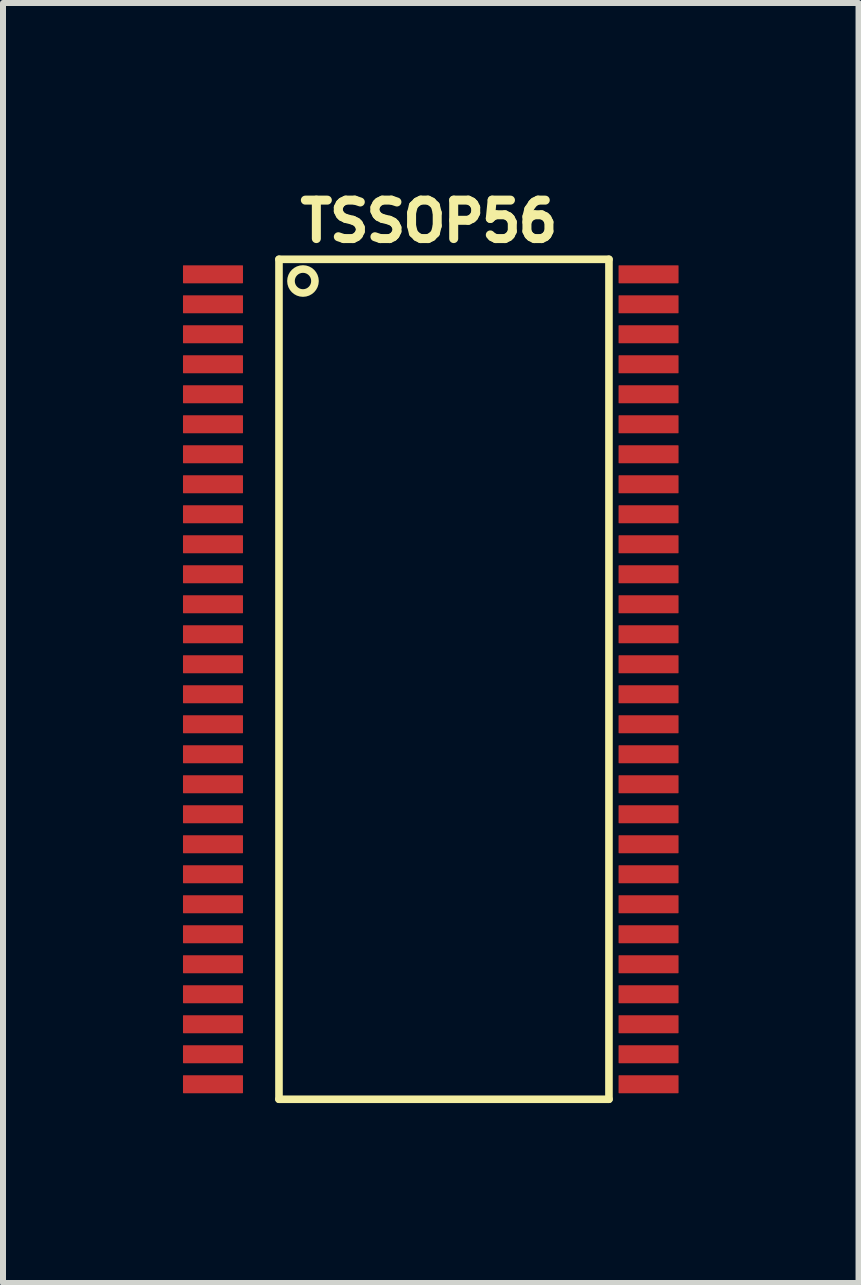
<source format=kicad_pcb>
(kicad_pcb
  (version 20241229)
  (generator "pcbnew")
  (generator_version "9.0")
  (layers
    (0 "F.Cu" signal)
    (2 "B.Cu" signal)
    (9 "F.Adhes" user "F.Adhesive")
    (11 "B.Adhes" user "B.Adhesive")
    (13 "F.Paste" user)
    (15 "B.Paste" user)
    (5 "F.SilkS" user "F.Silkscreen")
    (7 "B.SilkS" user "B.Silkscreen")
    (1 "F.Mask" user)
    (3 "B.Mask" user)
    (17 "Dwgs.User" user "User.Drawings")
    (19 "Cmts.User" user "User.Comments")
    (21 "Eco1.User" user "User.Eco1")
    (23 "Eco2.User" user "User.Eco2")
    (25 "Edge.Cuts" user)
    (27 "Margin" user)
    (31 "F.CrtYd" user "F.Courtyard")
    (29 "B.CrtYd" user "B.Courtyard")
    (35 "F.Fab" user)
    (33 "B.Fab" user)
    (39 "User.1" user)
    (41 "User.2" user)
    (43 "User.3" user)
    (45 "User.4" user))
  (footprint "TSSOP56"
    (layer "F.Cu")
    (at 4.1 8.272)
    (property "Reference" "TSSOP56" (at 0 -7.634 0) (layer "F.SilkS") (effects (font (size 0.641 0.641) (thickness 0.15))))
    (attr smd)
    (fp_line (start -2.5 -7) (end -2.5 7) (stroke (width 0.127) (type solid)) (layer "F.SilkS"))
    (fp_line (start -2.5 7) (end 3 7) (stroke (width 0.127) (type solid)) (layer "F.SilkS"))
    (fp_line (start 3 -7) (end -2.5 -7) (stroke (width 0.127) (type solid)) (layer "F.SilkS"))
    (fp_line (start 3 7) (end 3 -7) (stroke (width 0.127) (type solid)) (layer "F.SilkS"))
    (fp_circle (center -2.1 -6.638) (end -1.9 -6.638) (stroke (width 0.127) (type solid)) (fill no) (layer "F.SilkS"))
    (pad "1" smd roundrect (at -3.6 -6.75) (size 1 0.3) (layers "F.Cu" "F.Mask" "F.Paste") (roundrect_rratio 0.03))
    (pad "2" smd roundrect (at -3.6 -6.25) (size 1 0.3) (layers "F.Cu" "F.Mask" "F.Paste") (roundrect_rratio 0.03))
    (pad "3" smd roundrect (at -3.6 -5.75) (size 1 0.3) (layers "F.Cu" "F.Mask" "F.Paste") (roundrect_rratio 0.03))
    (pad "4" smd roundrect (at -3.6 -5.25) (size 1 0.3) (layers "F.Cu" "F.Mask" "F.Paste") (roundrect_rratio 0.03))
    (pad "5" smd roundrect (at -3.6 -4.75) (size 1 0.3) (layers "F.Cu" "F.Mask" "F.Paste") (roundrect_rratio 0.03))
    (pad "6" smd roundrect (at -3.6 -4.25) (size 1 0.3) (layers "F.Cu" "F.Mask" "F.Paste") (roundrect_rratio 0.03))
    (pad "7" smd roundrect (at -3.6 -3.75) (size 1 0.3) (layers "F.Cu" "F.Mask" "F.Paste") (roundrect_rratio 0.03))
    (pad "8" smd roundrect (at -3.6 -3.25) (size 1 0.3) (layers "F.Cu" "F.Mask" "F.Paste") (roundrect_rratio 0.03))
    (pad "9" smd roundrect (at -3.6 -2.75) (size 1 0.3) (layers "F.Cu" "F.Mask" "F.Paste") (roundrect_rratio 0.03))
    (pad "10" smd roundrect (at -3.6 -2.25) (size 1 0.3) (layers "F.Cu" "F.Mask" "F.Paste") (roundrect_rratio 0.03))
    (pad "11" smd roundrect (at -3.6 -1.75) (size 1 0.3) (layers "F.Cu" "F.Mask" "F.Paste") (roundrect_rratio 0.03))
    (pad "12" smd roundrect (at -3.6 -1.25) (size 1 0.3) (layers "F.Cu" "F.Mask" "F.Paste") (roundrect_rratio 0.03))
    (pad "13" smd roundrect (at -3.6 -0.75) (size 1 0.3) (layers "F.Cu" "F.Mask" "F.Paste") (roundrect_rratio 0.03))
    (pad "14" smd roundrect (at -3.6 -0.25) (size 1 0.3) (layers "F.Cu" "F.Mask" "F.Paste") (roundrect_rratio 0.03))
    (pad "15" smd roundrect (at -3.6 0.25) (size 1 0.3) (layers "F.Cu" "F.Mask" "F.Paste") (roundrect_rratio 0.03))
    (pad "16" smd roundrect (at -3.6 0.75) (size 1 0.3) (layers "F.Cu" "F.Mask" "F.Paste") (roundrect_rratio 0.03))
    (pad "17" smd roundrect (at -3.6 1.25) (size 1 0.3) (layers "F.Cu" "F.Mask" "F.Paste") (roundrect_rratio 0.03))
    (pad "18" smd roundrect (at -3.6 1.75) (size 1 0.3) (layers "F.Cu" "F.Mask" "F.Paste") (roundrect_rratio 0.03))
    (pad "19" smd roundrect (at -3.6 2.25) (size 1 0.3) (layers "F.Cu" "F.Mask" "F.Paste") (roundrect_rratio 0.03))
    (pad "20" smd roundrect (at -3.6 2.75) (size 1 0.3) (layers "F.Cu" "F.Mask" "F.Paste") (roundrect_rratio 0.03))
    (pad "21" smd roundrect (at -3.6 3.25) (size 1 0.3) (layers "F.Cu" "F.Mask" "F.Paste") (roundrect_rratio 0.03))
    (pad "22" smd roundrect (at -3.6 3.75) (size 1 0.3) (layers "F.Cu" "F.Mask" "F.Paste") (roundrect_rratio 0.03))
    (pad "23" smd roundrect (at -3.6 4.25) (size 1 0.3) (layers "F.Cu" "F.Mask" "F.Paste") (roundrect_rratio 0.03))
    (pad "24" smd roundrect (at -3.6 4.75) (size 1 0.3) (layers "F.Cu" "F.Mask" "F.Paste") (roundrect_rratio 0.03))
    (pad "25" smd roundrect (at -3.6 5.25) (size 1 0.3) (layers "F.Cu" "F.Mask" "F.Paste") (roundrect_rratio 0.03))
    (pad "26" smd roundrect (at -3.6 5.75) (size 1 0.3) (layers "F.Cu" "F.Mask" "F.Paste") (roundrect_rratio 0.03))
    (pad "27" smd roundrect (at -3.6 6.25) (size 1 0.3) (layers "F.Cu" "F.Mask" "F.Paste") (roundrect_rratio 0.03))
    (pad "28" smd roundrect (at -3.6 6.75) (size 1 0.3) (layers "F.Cu" "F.Mask" "F.Paste") (roundrect_rratio 0.03))
    (pad "29" smd roundrect (at 3.66 6.75) (size 1 0.3) (layers "F.Cu" "F.Mask" "F.Paste") (roundrect_rratio 0.03))
    (pad "30" smd roundrect (at 3.66 6.25) (size 1 0.3) (layers "F.Cu" "F.Mask" "F.Paste") (roundrect_rratio 0.03))
    (pad "31" smd roundrect (at 3.66 5.75) (size 1 0.3) (layers "F.Cu" "F.Mask" "F.Paste") (roundrect_rratio 0.03))
    (pad "32" smd roundrect (at 3.66 5.25) (size 1 0.3) (layers "F.Cu" "F.Mask" "F.Paste") (roundrect_rratio 0.03))
    (pad "33" smd roundrect (at 3.66 4.75) (size 1 0.3) (layers "F.Cu" "F.Mask" "F.Paste") (roundrect_rratio 0.03))
    (pad "34" smd roundrect (at 3.66 4.25) (size 1 0.3) (layers "F.Cu" "F.Mask" "F.Paste") (roundrect_rratio 0.03))
    (pad "35" smd roundrect (at 3.66 3.75) (size 1 0.3) (layers "F.Cu" "F.Mask" "F.Paste") (roundrect_rratio 0.03))
    (pad "36" smd roundrect (at 3.66 3.25) (size 1 0.3) (layers "F.Cu" "F.Mask" "F.Paste") (roundrect_rratio 0.03))
    (pad "37" smd roundrect (at 3.66 2.75) (size 1 0.3) (layers "F.Cu" "F.Mask" "F.Paste") (roundrect_rratio 0.03))
    (pad "38" smd roundrect (at 3.66 2.25) (size 1 0.3) (layers "F.Cu" "F.Mask" "F.Paste") (roundrect_rratio 0.03))
    (pad "39" smd roundrect (at 3.66 1.75) (size 1 0.3) (layers "F.Cu" "F.Mask" "F.Paste") (roundrect_rratio 0.03))
    (pad "40" smd roundrect (at 3.66 1.25) (size 1 0.3) (layers "F.Cu" "F.Mask" "F.Paste") (roundrect_rratio 0.03))
    (pad "41" smd roundrect (at 3.66 0.75) (size 1 0.3) (layers "F.Cu" "F.Mask" "F.Paste") (roundrect_rratio 0.03))
    (pad "42" smd roundrect (at 3.66 0.25) (size 1 0.3) (layers "F.Cu" "F.Mask" "F.Paste") (roundrect_rratio 0.03))
    (pad "43" smd roundrect (at 3.66 -0.25) (size 1 0.3) (layers "F.Cu" "F.Mask" "F.Paste") (roundrect_rratio 0.03))
    (pad "44" smd roundrect (at 3.66 -0.75) (size 1 0.3) (layers "F.Cu" "F.Mask" "F.Paste") (roundrect_rratio 0.03))
    (pad "45" smd roundrect (at 3.66 -1.25) (size 1 0.3) (layers "F.Cu" "F.Mask" "F.Paste") (roundrect_rratio 0.03))
    (pad "46" smd roundrect (at 3.66 -1.75) (size 1 0.3) (layers "F.Cu" "F.Mask" "F.Paste") (roundrect_rratio 0.03))
    (pad "47" smd roundrect (at 3.66 -2.25) (size 1 0.3) (layers "F.Cu" "F.Mask" "F.Paste") (roundrect_rratio 0.03))
    (pad "48" smd roundrect (at 3.66 -2.75) (size 1 0.3) (layers "F.Cu" "F.Mask" "F.Paste") (roundrect_rratio 0.03))
    (pad "49" smd roundrect (at 3.66 -3.25) (size 1 0.3) (layers "F.Cu" "F.Mask" "F.Paste") (roundrect_rratio 0.03))
    (pad "50" smd roundrect (at 3.66 -3.75) (size 1 0.3) (layers "F.Cu" "F.Mask" "F.Paste") (roundrect_rratio 0.03))
    (pad "51" smd roundrect (at 3.66 -4.25) (size 1 0.3) (layers "F.Cu" "F.Mask" "F.Paste") (roundrect_rratio 0.03))
    (pad "52" smd roundrect (at 3.66 -4.75) (size 1 0.3) (layers "F.Cu" "F.Mask" "F.Paste") (roundrect_rratio 0.03))
    (pad "53" smd roundrect (at 3.66 -5.25) (size 1 0.3) (layers "F.Cu" "F.Mask" "F.Paste") (roundrect_rratio 0.03))
    (pad "54" smd roundrect (at 3.66 -5.75) (size 1 0.3) (layers "F.Cu" "F.Mask" "F.Paste") (roundrect_rratio 0.03))
    (pad "55" smd roundrect (at 3.66 -6.25) (size 1 0.3) (layers "F.Cu" "F.Mask" "F.Paste") (roundrect_rratio 0.03))
    (pad "56" smd roundrect (at 3.66 -6.75) (size 1 0.3) (layers "F.Cu" "F.Mask" "F.Paste") (roundrect_rratio 0.03)))
  (gr_rect
    (start -3 -3)
    (end 11.26 18.335)
    (stroke (width 0.1) (type default))
    (fill no)
    (layer "Edge.Cuts")))
</source>
